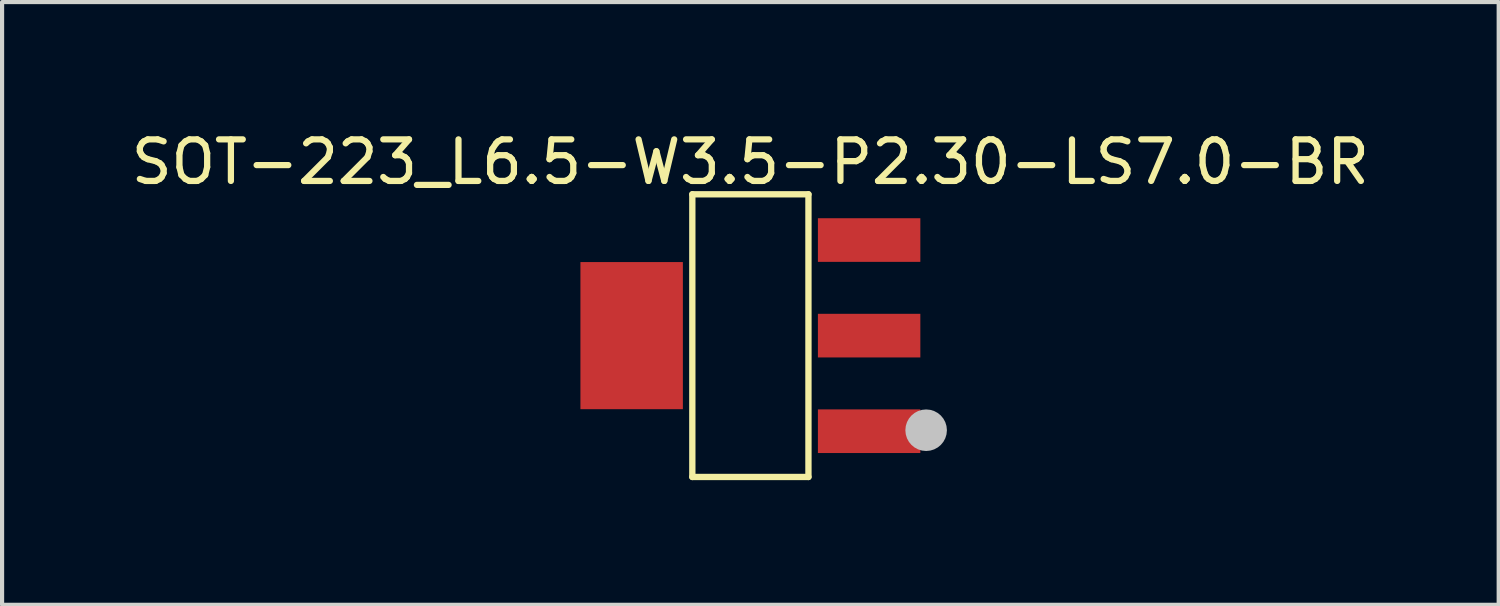
<source format=kicad_pcb>
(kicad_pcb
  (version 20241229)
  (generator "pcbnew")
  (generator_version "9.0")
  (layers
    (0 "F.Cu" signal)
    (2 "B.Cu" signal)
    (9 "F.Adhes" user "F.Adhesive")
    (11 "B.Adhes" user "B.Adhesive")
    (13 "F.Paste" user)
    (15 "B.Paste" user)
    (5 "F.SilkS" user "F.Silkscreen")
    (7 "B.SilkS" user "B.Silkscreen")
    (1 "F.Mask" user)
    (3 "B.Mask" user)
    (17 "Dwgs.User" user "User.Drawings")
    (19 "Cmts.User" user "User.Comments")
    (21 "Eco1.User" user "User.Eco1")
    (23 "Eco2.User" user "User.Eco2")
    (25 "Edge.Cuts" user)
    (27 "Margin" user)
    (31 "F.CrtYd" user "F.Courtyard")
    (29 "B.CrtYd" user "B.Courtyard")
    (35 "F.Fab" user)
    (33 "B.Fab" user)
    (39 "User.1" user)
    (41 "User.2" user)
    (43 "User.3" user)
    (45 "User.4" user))
  (footprint "SOT-223_L6.5-W3.5-P2.30-LS7.0-BR"
    (layer "F.Cu")
    (at 15.006 5.026)
    (property "Reference" "SOT-223_L6.5-W3.5-P2.30-LS7.0-BR" (at 0 -4.177 0) (layer "F.SilkS") (effects (font (size 1 1) (thickness 0.15))))
    (fp_line (start -1.397 -3.401) (end 1.397 -3.401) (stroke (width 0.152) (type default)) (layer "F.SilkS"))
    (fp_line (start -1.397 3.401) (end -1.397 -3.401) (stroke (width 0.152) (type default)) (layer "F.SilkS"))
    (fp_line (start 1.397 -3.401) (end 1.397 3.401) (stroke (width 0.152) (type default)) (layer "F.SilkS"))
    (fp_line (start 1.397 3.401) (end -1.397 3.401) (stroke (width 0.152) (type default)) (layer "F.SilkS"))
    (fp_circle (center 4.229 2.276) (end 4.479 2.276) (stroke (width 0.5) (type default)) (fill no) (layer "Dwgs.User"))
    (fp_poly (pts (xy -3.5 1.5) (xy -3.5 -1.5) (xy -2.2 -1.5) (xy -2.2 1.5)) (stroke (width 0.1) (type default)) (fill no) (layer "User.1"))
    (fp_poly (pts (xy -2.21 1.5) (xy -2.21 -1.5) (xy -1.74 -1.5) (xy -1.74 1.5)) (stroke (width 0.1) (type default)) (fill no) (layer "User.1"))
    (fp_poly (pts (xy 1.74 -1.95) (xy 1.74 -2.65) (xy 2.86 -2.65) (xy 2.86 -1.95)) (stroke (width 0.1) (type default)) (fill no) (layer "User.1"))
    (fp_poly (pts (xy 1.74 0.35) (xy 1.74 -0.35) (xy 2.86 -0.35) (xy 2.86 0.35)) (stroke (width 0.1) (type default)) (fill no) (layer "User.1"))
    (fp_poly (pts (xy 1.74 2.65) (xy 1.74 1.95) (xy 2.86 1.95) (xy 2.86 2.65)) (stroke (width 0.1) (type default)) (fill no) (layer "User.1"))
    (fp_poly (pts (xy 2.85 -1.95) (xy 2.85 -2.65) (xy 3.5 -2.65) (xy 3.5 -1.95)) (stroke (width 0.1) (type default)) (fill no) (layer "User.1"))
    (fp_poly (pts (xy 2.85 0.35) (xy 2.85 -0.35) (xy 3.5 -0.35) (xy 3.5 0.35)) (stroke (width 0.1) (type default)) (fill no) (layer "User.1"))
    (fp_poly (pts (xy 2.85 2.65) (xy 2.85 1.95) (xy 3.5 1.95) (xy 3.5 2.65)) (stroke (width 0.1) (type default)) (fill no) (layer "User.1"))
    (fp_line (start -1.75 -3.25) (end 1.75 -3.25) (stroke (width 0.051) (type default)) (layer "User.2"))
    (fp_line (start -1.75 3.25) (end -1.75 -3.25) (stroke (width 0.051) (type default)) (layer "User.2"))
    (fp_line (start 1.75 -3.25) (end 1.75 3.25) (stroke (width 0.051) (type default)) (layer "User.2"))
    (fp_line (start 1.75 3.25) (end -1.75 3.25) (stroke (width 0.051) (type default)) (layer "User.2"))
    (fp_poly (pts (xy 3.555 3.227) (xy 3.523 3.195) (xy 3.477 3.195) (xy 3.445 3.227) (xy 3.445 3.273) (xy 3.477 3.305) (xy 3.523 3.305) (xy 3.555 3.273)) (stroke (width 0.1) (type default)) (fill no) (layer "User.3"))
    (pad "1" smd rect (at 2.857 2.3) (size 2.465 1.05) (layers "F.Cu" "F.Mask" "F.Paste"))
    (pad "2" smd rect (at 2.857 0) (size 2.465 1.05) (layers "F.Cu" "F.Mask" "F.Paste"))
    (pad "3" smd rect (at 2.857 -2.3) (size 2.465 1.05) (layers "F.Cu" "F.Mask" "F.Paste"))
    (pad "4" smd rect (at -2.857 0) (size 2.465 3.54) (layers "F.Cu" "F.Mask" "F.Paste")))
  (gr_rect
    (start -3 -3)
    (end 33.012 11.503)
    (stroke (width 0.1) (type default))
    (fill no)
    (layer "Edge.Cuts")))
</source>
